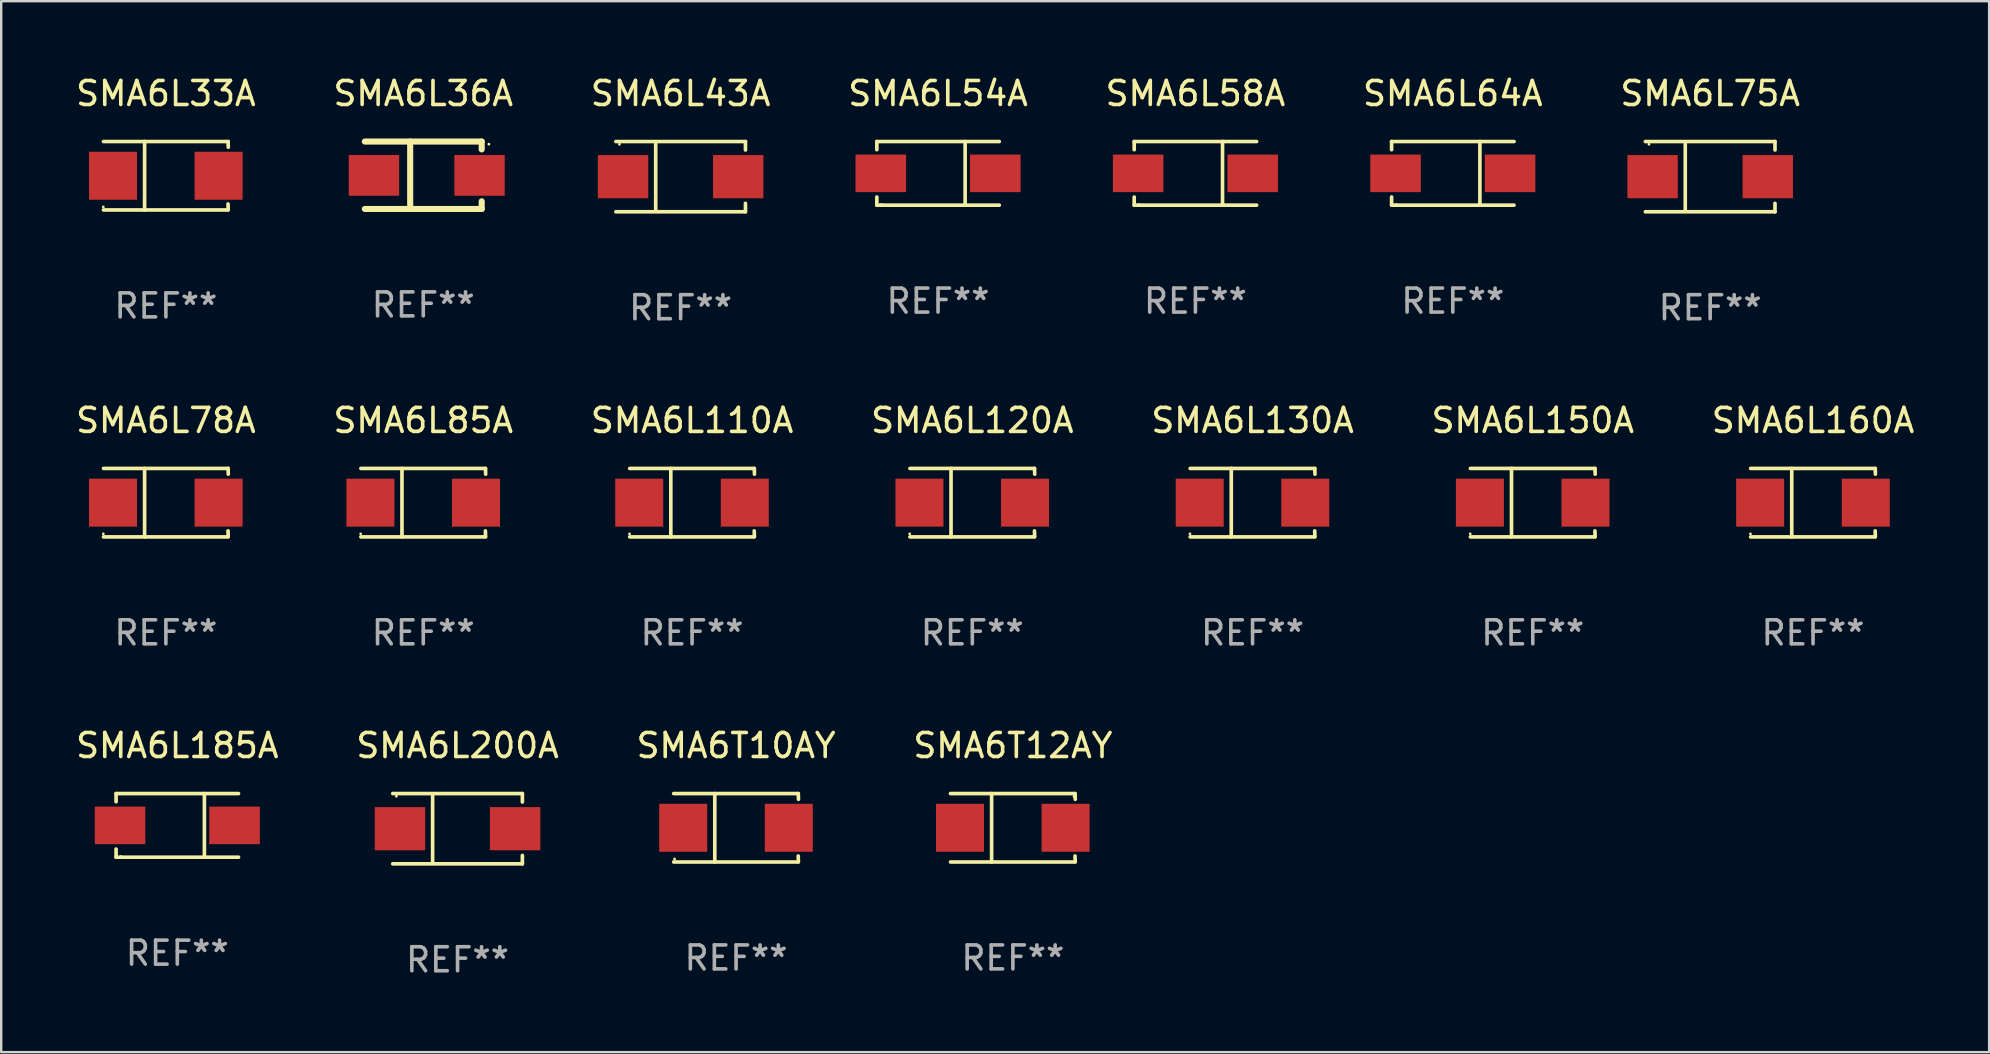
<source format=kicad_pcb>
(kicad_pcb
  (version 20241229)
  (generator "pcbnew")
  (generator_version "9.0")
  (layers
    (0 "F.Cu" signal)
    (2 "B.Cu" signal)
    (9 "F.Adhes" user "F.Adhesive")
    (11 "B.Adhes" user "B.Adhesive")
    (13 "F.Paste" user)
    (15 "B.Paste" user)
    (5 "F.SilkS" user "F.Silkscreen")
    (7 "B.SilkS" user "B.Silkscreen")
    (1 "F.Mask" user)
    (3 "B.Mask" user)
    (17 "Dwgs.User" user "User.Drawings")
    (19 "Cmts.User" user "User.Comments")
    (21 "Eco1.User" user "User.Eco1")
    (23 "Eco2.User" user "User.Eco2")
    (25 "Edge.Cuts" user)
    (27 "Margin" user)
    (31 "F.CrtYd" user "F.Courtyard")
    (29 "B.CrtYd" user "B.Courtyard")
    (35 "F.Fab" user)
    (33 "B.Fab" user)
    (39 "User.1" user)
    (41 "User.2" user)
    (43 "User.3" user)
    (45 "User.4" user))
  (footprint "SMA6L33A"
    (layer "F.Cu")
    (at 3.863 4.274)
    (property "Reference" "SMA6L33A" (at 0 -3.426 0) (layer "F.SilkS") (effects (font (size 1 1) (thickness 0.15))))
    (attr through_hole)
    (fp_line (start -2.6 -1.426) (end 2.593 -1.426) (stroke (width 0.152) (type solid)) (layer "F.SilkS"))
    (fp_line (start -2.6 1.426) (end 2.593 1.426) (stroke (width 0.152) (type solid)) (layer "F.SilkS"))
    (fp_line (start -0.887 -1.426) (end -0.887 1.426) (stroke (width 0.152) (type solid)) (layer "F.SilkS"))
    (fp_line (start 2.59 1.176) (end 2.597 1.415) (stroke (width 0.152) (type solid)) (layer "F.SilkS"))
    (fp_line (start 2.593 -1.426) (end 2.6 -1.187) (stroke (width 0.152) (type solid)) (layer "F.SilkS"))
    (fp_circle (center -2.608 1.3) (end -2.578 1.3) (stroke (width 0.06) (type solid)) (fill no) (layer "F.SilkS"))
    (fp_text user "REF**" (at 0 5.426 0) (layer "F.Fab") (effects (font (size 1 1) (thickness 0.15))))
    (pad "1" smd rect (at -2.203 0 180) (size 2 2) (layers "F.Cu" "F.Mask" "F.Paste"))
    (pad "2" smd rect (at 2.197 0 180) (size 2 2) (layers "F.Cu" "F.Mask" "F.Paste")))
  (footprint "SMA6L130A"
    (layer "F.Cu")
    (at 49.149 17.898)
    (property "Reference" "SMA6L130A" (at 0 -3.426 0) (layer "F.SilkS") (effects (font (size 1 1) (thickness 0.15))))
    (attr through_hole)
    (fp_line (start -2.6 -1.426) (end 2.593 -1.426) (stroke (width 0.152) (type solid)) (layer "F.SilkS"))
    (fp_line (start -2.6 1.426) (end 2.593 1.426) (stroke (width 0.152) (type solid)) (layer "F.SilkS"))
    (fp_line (start -0.887 -1.426) (end -0.887 1.426) (stroke (width 0.152) (type solid)) (layer "F.SilkS"))
    (fp_line (start 2.59 1.176) (end 2.597 1.415) (stroke (width 0.152) (type solid)) (layer "F.SilkS"))
    (fp_line (start 2.593 -1.426) (end 2.6 -1.187) (stroke (width 0.152) (type solid)) (layer "F.SilkS"))
    (fp_circle (center -2.608 1.3) (end -2.578 1.3) (stroke (width 0.06) (type solid)) (fill no) (layer "F.SilkS"))
    (fp_text user "REF**" (at 0 5.426 0) (layer "F.Fab") (effects (font (size 1 1) (thickness 0.15))))
    (pad "1" smd rect (at -2.203 0 180) (size 2 2) (layers "F.Cu" "F.Mask" "F.Paste"))
    (pad "2" smd rect (at 2.197 0 180) (size 2 2) (layers "F.Cu" "F.Mask" "F.Paste")))
  (footprint "SMA6L43A"
    (layer "F.Cu")
    (at 25.315 4.312)
    (property "Reference" "SMA6L43A" (at 0 -3.464 0) (layer "F.SilkS") (effects (font (size 1 1) (thickness 0.15))))
    (attr through_hole)
    (fp_line (start -2.701 -1.464) (end 2.701 -1.464) (stroke (width 0.152) (type solid)) (layer "F.SilkS"))
    (fp_line (start -2.701 1.464) (end 2.701 1.464) (stroke (width 0.152) (type solid)) (layer "F.SilkS"))
    (fp_line (start -1.039 -1.364) (end -1.039 1.364) (stroke (width 0.152) (type solid)) (layer "F.SilkS"))
    (fp_line (start 2.701 -1.464) (end 2.701 -1.113) (stroke (width 0.152) (type solid)) (layer "F.SilkS"))
    (fp_line (start 2.701 1.464) (end 2.701 1.113) (stroke (width 0.152) (type solid)) (layer "F.SilkS"))
    (fp_circle (center -2.55 -1.35) (end -2.52 -1.35) (stroke (width 0.06) (type solid)) (fill no) (layer "F.SilkS"))
    (fp_text user "REF**" (at 0 5.464 0) (layer "F.Fab") (effects (font (size 1 1) (thickness 0.15))))
    (pad "1" smd rect (at -2.4 0) (size 2.1 1.8) (layers "F.Cu" "F.Mask" "F.Paste"))
    (pad "2" smd rect (at 2.4 0) (size 2.1 1.8) (layers "F.Cu" "F.Mask" "F.Paste")))
  (footprint "SMA6L58A"
    (layer "F.Cu")
    (at 46.768 4.174)
    (property "Reference" "SMA6L58A" (at 0 -3.326 0) (layer "F.SilkS") (effects (font (size 1 1) (thickness 0.15))))
    (attr through_hole)
    (fp_line (start -2.551 -1.326) (end -2.551 -0.986) (stroke (width 0.152) (type solid)) (layer "F.SilkS"))
    (fp_line (start -2.551 1.326) (end -2.551 0.986) (stroke (width 0.152) (type solid)) (layer "F.SilkS"))
    (fp_line (start 1.129 1.326) (end 1.129 -1.326) (stroke (width 0.152) (type solid)) (layer "F.SilkS"))
    (fp_line (start 2.551 -1.326) (end -2.551 -1.326) (stroke (width 0.152) (type solid)) (layer "F.SilkS"))
    (fp_line (start 2.551 1.326) (end -2.551 1.326) (stroke (width 0.152) (type solid)) (layer "F.SilkS"))
    (fp_circle (center -2.35 1.3) (end -2.32 1.3) (stroke (width 0.06) (type solid)) (fill no) (layer "F.SilkS"))
    (fp_text user "REF**" (at 0 5.326 0) (layer "F.Fab") (effects (font (size 1 1) (thickness 0.15))))
    (pad "1" smd rect (at -2.386 0) (size 2.107 1.566) (layers "F.Cu" "F.Mask" "F.Paste"))
    (pad "2" smd rect (at 2.386 0) (size 2.107 1.566) (layers "F.Cu" "F.Mask" "F.Paste")))
  (footprint "SMA6L85A"
    (layer "F.Cu")
    (at 14.589 17.898)
    (property "Reference" "SMA6L85A" (at 0 -3.426 0) (layer "F.SilkS") (effects (font (size 1 1) (thickness 0.15))))
    (attr through_hole)
    (fp_line (start -2.6 -1.426) (end 2.593 -1.426) (stroke (width 0.152) (type solid)) (layer "F.SilkS"))
    (fp_line (start -2.6 1.426) (end 2.593 1.426) (stroke (width 0.152) (type solid)) (layer "F.SilkS"))
    (fp_line (start -0.887 -1.426) (end -0.887 1.426) (stroke (width 0.152) (type solid)) (layer "F.SilkS"))
    (fp_line (start 2.59 1.176) (end 2.597 1.415) (stroke (width 0.152) (type solid)) (layer "F.SilkS"))
    (fp_line (start 2.593 -1.426) (end 2.6 -1.187) (stroke (width 0.152) (type solid)) (layer "F.SilkS"))
    (fp_circle (center -2.608 1.3) (end -2.578 1.3) (stroke (width 0.06) (type solid)) (fill no) (layer "F.SilkS"))
    (fp_text user "REF**" (at 0 5.426 0) (layer "F.Fab") (effects (font (size 1 1) (thickness 0.15))))
    (pad "1" smd rect (at -2.203 0 180) (size 2 2) (layers "F.Cu" "F.Mask" "F.Paste"))
    (pad "2" smd rect (at 2.197 0 180) (size 2 2) (layers "F.Cu" "F.Mask" "F.Paste")))
  (footprint "SMA6L200A"
    (layer "F.Cu")
    (at 16.018 31.485)
    (property "Reference" "SMA6L200A" (at 0 -3.464 0) (layer "F.SilkS") (effects (font (size 1 1) (thickness 0.15))))
    (attr through_hole)
    (fp_line (start -2.701 -1.464) (end 2.701 -1.464) (stroke (width 0.152) (type solid)) (layer "F.SilkS"))
    (fp_line (start -2.701 1.464) (end 2.701 1.464) (stroke (width 0.152) (type solid)) (layer "F.SilkS"))
    (fp_line (start -1.039 -1.364) (end -1.039 1.364) (stroke (width 0.152) (type solid)) (layer "F.SilkS"))
    (fp_line (start 2.701 -1.464) (end 2.701 -1.113) (stroke (width 0.152) (type solid)) (layer "F.SilkS"))
    (fp_line (start 2.701 1.464) (end 2.701 1.113) (stroke (width 0.152) (type solid)) (layer "F.SilkS"))
    (fp_circle (center -2.55 -1.35) (end -2.52 -1.35) (stroke (width 0.06) (type solid)) (fill no) (layer "F.SilkS"))
    (fp_text user "REF**" (at 0 5.464 0) (layer "F.Fab") (effects (font (size 1 1) (thickness 0.15))))
    (pad "1" smd rect (at -2.4 0) (size 2.1 1.8) (layers "F.Cu" "F.Mask" "F.Paste"))
    (pad "2" smd rect (at 2.4 0) (size 2.1 1.8) (layers "F.Cu" "F.Mask" "F.Paste")))
  (footprint "SMA6L110A"
    (layer "F.Cu")
    (at 25.792 17.898)
    (property "Reference" "SMA6L110A" (at 0 -3.426 0) (layer "F.SilkS") (effects (font (size 1 1) (thickness 0.15))))
    (attr through_hole)
    (fp_line (start -2.6 -1.426) (end 2.593 -1.426) (stroke (width 0.152) (type solid)) (layer "F.SilkS"))
    (fp_line (start -2.6 1.426) (end 2.593 1.426) (stroke (width 0.152) (type solid)) (layer "F.SilkS"))
    (fp_line (start -0.887 -1.426) (end -0.887 1.426) (stroke (width 0.152) (type solid)) (layer "F.SilkS"))
    (fp_line (start 2.59 1.176) (end 2.597 1.415) (stroke (width 0.152) (type solid)) (layer "F.SilkS"))
    (fp_line (start 2.593 -1.426) (end 2.6 -1.187) (stroke (width 0.152) (type solid)) (layer "F.SilkS"))
    (fp_circle (center -2.608 1.3) (end -2.578 1.3) (stroke (width 0.06) (type solid)) (fill no) (layer "F.SilkS"))
    (fp_text user "REF**" (at 0 5.426 0) (layer "F.Fab") (effects (font (size 1 1) (thickness 0.15))))
    (pad "1" smd rect (at -2.203 0 180) (size 2 2) (layers "F.Cu" "F.Mask" "F.Paste"))
    (pad "2" smd rect (at 2.197 0 180) (size 2 2) (layers "F.Cu" "F.Mask" "F.Paste")))
  (footprint "SMA6T12AY"
    (layer "F.Cu")
    (at 39.161 31.447)
    (property "Reference" "SMA6T12AY" (at 0 -3.426 0) (layer "F.SilkS") (effects (font (size 1 1) (thickness 0.15))))
    (attr through_hole)
    (fp_line (start -2.6 -1.426) (end 2.593 -1.426) (stroke (width 0.152) (type solid)) (layer "F.SilkS"))
    (fp_line (start -2.6 1.426) (end 2.593 1.426) (stroke (width 0.152) (type solid)) (layer "F.SilkS"))
    (fp_line (start -0.887 -1.426) (end -0.887 1.426) (stroke (width 0.152) (type solid)) (layer "F.SilkS"))
    (fp_line (start 2.59 1.176) (end 2.597 1.415) (stroke (width 0.152) (type solid)) (layer "F.SilkS"))
    (fp_line (start 2.593 -1.426) (end 2.6 -1.187) (stroke (width 0.152) (type solid)) (layer "F.SilkS"))
    (fp_circle (center 2.547 -1.3) (end 2.577 -1.3) (stroke (width 0.06) (type solid)) (fill no) (layer "F.SilkS"))
    (fp_text user "REF**" (at 0 5.426 0) (layer "F.Fab") (effects (font (size 1 1) (thickness 0.15))))
    (pad "1" smd rect (at 2.197 -0.000025 180) (size 2 2) (layers "F.Cu" "F.Mask" "F.Paste"))
    (pad "2" smd rect (at -2.203 -0.000025 180) (size 2 2) (layers "F.Cu" "F.Mask" "F.Paste")))
  (footprint "SMA6T10AY"
    (layer "F.Cu")
    (at 27.625 31.447)
    (property "Reference" "SMA6T10AY" (at 0 -3.426 0) (layer "F.SilkS") (effects (font (size 1 1) (thickness 0.15))))
    (attr through_hole)
    (fp_line (start -2.6 -1.426) (end 2.593 -1.426) (stroke (width 0.152) (type solid)) (layer "F.SilkS"))
    (fp_line (start -2.6 1.426) (end 2.593 1.426) (stroke (width 0.152) (type solid)) (layer "F.SilkS"))
    (fp_line (start -0.887 -1.426) (end -0.887 1.426) (stroke (width 0.152) (type solid)) (layer "F.SilkS"))
    (fp_line (start 2.59 1.176) (end 2.597 1.415) (stroke (width 0.152) (type solid)) (layer "F.SilkS"))
    (fp_line (start 2.593 -1.426) (end 2.6 -1.187) (stroke (width 0.152) (type solid)) (layer "F.SilkS"))
    (fp_circle (center -2.563 1.3) (end -2.533 1.3) (stroke (width 0.06) (type solid)) (fill no) (layer "F.SilkS"))
    (fp_text user "REF**" (at 0 5.426 0) (layer "F.Fab") (effects (font (size 1 1) (thickness 0.15))))
    (pad "1" smd rect (at -2.203 -0.000025 180) (size 2 2) (layers "F.Cu" "F.Mask" "F.Paste"))
    (pad "2" smd rect (at 2.197 -0.000025 180) (size 2 2) (layers "F.Cu" "F.Mask" "F.Paste")))
  (footprint "SMA6L54A"
    (layer "F.Cu")
    (at 36.042 4.174)
    (property "Reference" "SMA6L54A" (at 0 -3.326 0) (layer "F.SilkS") (effects (font (size 1 1) (thickness 0.15))))
    (attr through_hole)
    (fp_line (start -2.551 -1.326) (end -2.551 -0.986) (stroke (width 0.152) (type solid)) (layer "F.SilkS"))
    (fp_line (start -2.551 1.326) (end -2.551 0.986) (stroke (width 0.152) (type solid)) (layer "F.SilkS"))
    (fp_line (start 1.129 1.326) (end 1.129 -1.326) (stroke (width 0.152) (type solid)) (layer "F.SilkS"))
    (fp_line (start 2.551 -1.326) (end -2.551 -1.326) (stroke (width 0.152) (type solid)) (layer "F.SilkS"))
    (fp_line (start 2.551 1.326) (end -2.551 1.326) (stroke (width 0.152) (type solid)) (layer "F.SilkS"))
    (fp_circle (center -2.35 1.3) (end -2.32 1.3) (stroke (width 0.06) (type solid)) (fill no) (layer "F.SilkS"))
    (fp_text user "REF**" (at 0 5.326 0) (layer "F.Fab") (effects (font (size 1 1) (thickness 0.15))))
    (pad "1" smd rect (at -2.386 0) (size 2.107 1.566) (layers "F.Cu" "F.Mask" "F.Paste"))
    (pad "2" smd rect (at 2.386 0) (size 2.107 1.566) (layers "F.Cu" "F.Mask" "F.Paste")))
  (footprint "SMA6L160A"
    (layer "F.Cu")
    (at 72.506 17.898)
    (property "Reference" "SMA6L160A" (at 0 -3.426 0) (layer "F.SilkS") (effects (font (size 1 1) (thickness 0.15))))
    (attr through_hole)
    (fp_line (start -2.6 -1.426) (end 2.593 -1.426) (stroke (width 0.152) (type solid)) (layer "F.SilkS"))
    (fp_line (start -2.6 1.426) (end 2.593 1.426) (stroke (width 0.152) (type solid)) (layer "F.SilkS"))
    (fp_line (start -0.887 -1.426) (end -0.887 1.426) (stroke (width 0.152) (type solid)) (layer "F.SilkS"))
    (fp_line (start 2.59 1.176) (end 2.597 1.415) (stroke (width 0.152) (type solid)) (layer "F.SilkS"))
    (fp_line (start 2.593 -1.426) (end 2.6 -1.187) (stroke (width 0.152) (type solid)) (layer "F.SilkS"))
    (fp_circle (center -2.608 1.3) (end -2.578 1.3) (stroke (width 0.06) (type solid)) (fill no) (layer "F.SilkS"))
    (fp_text user "REF**" (at 0 5.426 0) (layer "F.Fab") (effects (font (size 1 1) (thickness 0.15))))
    (pad "1" smd rect (at -2.203 0 180) (size 2 2) (layers "F.Cu" "F.Mask" "F.Paste"))
    (pad "2" smd rect (at 2.197 0 180) (size 2 2) (layers "F.Cu" "F.Mask" "F.Paste")))
  (footprint "SMA6L120A"
    (layer "F.Cu")
    (at 37.47 17.898)
    (property "Reference" "SMA6L120A" (at 0 -3.426 0) (layer "F.SilkS") (effects (font (size 1 1) (thickness 0.15))))
    (attr through_hole)
    (fp_line (start -2.6 -1.426) (end 2.593 -1.426) (stroke (width 0.152) (type solid)) (layer "F.SilkS"))
    (fp_line (start -2.6 1.426) (end 2.593 1.426) (stroke (width 0.152) (type solid)) (layer "F.SilkS"))
    (fp_line (start -0.887 -1.426) (end -0.887 1.426) (stroke (width 0.152) (type solid)) (layer "F.SilkS"))
    (fp_line (start 2.59 1.176) (end 2.597 1.415) (stroke (width 0.152) (type solid)) (layer "F.SilkS"))
    (fp_line (start 2.593 -1.426) (end 2.6 -1.187) (stroke (width 0.152) (type solid)) (layer "F.SilkS"))
    (fp_circle (center -2.608 1.3) (end -2.578 1.3) (stroke (width 0.06) (type solid)) (fill no) (layer "F.SilkS"))
    (fp_text user "REF**" (at 0 5.426 0) (layer "F.Fab") (effects (font (size 1 1) (thickness 0.15))))
    (pad "1" smd rect (at -2.203 0 180) (size 2 2) (layers "F.Cu" "F.Mask" "F.Paste"))
    (pad "2" smd rect (at 2.197 0 180) (size 2 2) (layers "F.Cu" "F.Mask" "F.Paste")))
  (footprint "SMA6L185A"
    (layer "F.Cu")
    (at 4.339 31.347)
    (property "Reference" "SMA6L185A" (at 0 -3.326 0) (layer "F.SilkS") (effects (font (size 1 1) (thickness 0.15))))
    (attr through_hole)
    (fp_line (start -2.551 -1.326) (end -2.551 -0.986) (stroke (width 0.152) (type solid)) (layer "F.SilkS"))
    (fp_line (start -2.551 1.326) (end -2.551 0.986) (stroke (width 0.152) (type solid)) (layer "F.SilkS"))
    (fp_line (start 1.129 1.326) (end 1.129 -1.326) (stroke (width 0.152) (type solid)) (layer "F.SilkS"))
    (fp_line (start 2.551 -1.326) (end -2.551 -1.326) (stroke (width 0.152) (type solid)) (layer "F.SilkS"))
    (fp_line (start 2.551 1.326) (end -2.551 1.326) (stroke (width 0.152) (type solid)) (layer "F.SilkS"))
    (fp_circle (center -2.35 1.3) (end -2.32 1.3) (stroke (width 0.06) (type solid)) (fill no) (layer "F.SilkS"))
    (fp_text user "REF**" (at 0 5.326 0) (layer "F.Fab") (effects (font (size 1 1) (thickness 0.15))))
    (pad "1" smd rect (at -2.386 0) (size 2.107 1.566) (layers "F.Cu" "F.Mask" "F.Paste"))
    (pad "2" smd rect (at 2.386 0) (size 2.107 1.566) (layers "F.Cu" "F.Mask" "F.Paste")))
  (footprint "SMA6L36A"
    (layer "F.Cu")
    (at 14.589 4.253)
    (property "Reference" "SMA6L36A" (at 0 -3.405 0) (layer "F.SilkS") (effects (font (size 1 1) (thickness 0.15))))
    (attr through_hole)
    (fp_line (start -2.435 -1.405) (end 2.435 -1.405) (stroke (width 0.254) (type solid)) (layer "F.SilkS"))
    (fp_line (start -2.435 1.405) (end 2.435 1.405) (stroke (width 0.254) (type solid)) (layer "F.SilkS"))
    (fp_line (start -0.545 -1.405) (end -0.545 1.405) (stroke (width 0.254) (type solid)) (layer "F.SilkS"))
    (fp_line (start 2.435 -1.405) (end 2.435 -1.076) (stroke (width 0.254) (type solid)) (layer "F.SilkS"))
    (fp_line (start 2.435 1.086) (end 2.435 1.405) (stroke (width 0.254) (type solid)) (layer "F.SilkS"))
    (fp_circle (center 2.735 -1.295) (end 2.765 -1.295) (stroke (width 0.06) (type solid)) (fill no) (layer "F.SilkS"))
    (fp_text user "REF**" (at 0 5.405 0) (layer "F.Fab") (effects (font (size 1 1) (thickness 0.15))))
    (pad "1" smd rect (at 2.345 0.005) (size 2.1 1.7) (layers "F.Cu" "F.Mask" "F.Paste"))
    (pad "2" smd rect (at -2.055 0.005) (size 2.1 1.7) (layers "F.Cu" "F.Mask" "F.Paste")))
  (footprint "SMA6L64A"
    (layer "F.Cu")
    (at 57.494 4.174)
    (property "Reference" "SMA6L64A" (at 0 -3.326 0) (layer "F.SilkS") (effects (font (size 1 1) (thickness 0.15))))
    (attr through_hole)
    (fp_line (start -2.551 -1.326) (end -2.551 -0.986) (stroke (width 0.152) (type solid)) (layer "F.SilkS"))
    (fp_line (start -2.551 1.326) (end -2.551 0.986) (stroke (width 0.152) (type solid)) (layer "F.SilkS"))
    (fp_line (start 1.129 1.326) (end 1.129 -1.326) (stroke (width 0.152) (type solid)) (layer "F.SilkS"))
    (fp_line (start 2.551 -1.326) (end -2.551 -1.326) (stroke (width 0.152) (type solid)) (layer "F.SilkS"))
    (fp_line (start 2.551 1.326) (end -2.551 1.326) (stroke (width 0.152) (type solid)) (layer "F.SilkS"))
    (fp_circle (center -2.35 1.3) (end -2.32 1.3) (stroke (width 0.06) (type solid)) (fill no) (layer "F.SilkS"))
    (fp_text user "REF**" (at 0 5.326 0) (layer "F.Fab") (effects (font (size 1 1) (thickness 0.15))))
    (pad "1" smd rect (at -2.386 0) (size 2.107 1.566) (layers "F.Cu" "F.Mask" "F.Paste"))
    (pad "2" smd rect (at 2.386 0) (size 2.107 1.566) (layers "F.Cu" "F.Mask" "F.Paste")))
  (footprint "SMA6L75A"
    (layer "F.Cu")
    (at 68.22 4.312)
    (property "Reference" "SMA6L75A" (at 0 -3.464 0) (layer "F.SilkS") (effects (font (size 1 1) (thickness 0.15))))
    (attr through_hole)
    (fp_line (start -2.701 -1.464) (end 2.701 -1.464) (stroke (width 0.152) (type solid)) (layer "F.SilkS"))
    (fp_line (start -2.701 1.464) (end 2.701 1.464) (stroke (width 0.152) (type solid)) (layer "F.SilkS"))
    (fp_line (start -1.039 -1.364) (end -1.039 1.364) (stroke (width 0.152) (type solid)) (layer "F.SilkS"))
    (fp_line (start 2.701 -1.464) (end 2.701 -1.113) (stroke (width 0.152) (type solid)) (layer "F.SilkS"))
    (fp_line (start 2.701 1.464) (end 2.701 1.113) (stroke (width 0.152) (type solid)) (layer "F.SilkS"))
    (fp_circle (center -2.55 -1.35) (end -2.52 -1.35) (stroke (width 0.06) (type solid)) (fill no) (layer "F.SilkS"))
    (fp_text user "REF**" (at 0 5.464 0) (layer "F.Fab") (effects (font (size 1 1) (thickness 0.15))))
    (pad "1" smd rect (at -2.4 0) (size 2.1 1.8) (layers "F.Cu" "F.Mask" "F.Paste"))
    (pad "2" smd rect (at 2.4 0) (size 2.1 1.8) (layers "F.Cu" "F.Mask" "F.Paste")))
  (footprint "SMA6L78A"
    (layer "F.Cu")
    (at 3.863 17.898)
    (property "Reference" "SMA6L78A" (at 0 -3.426 0) (layer "F.SilkS") (effects (font (size 1 1) (thickness 0.15))))
    (attr through_hole)
    (fp_line (start -2.6 -1.426) (end 2.593 -1.426) (stroke (width 0.152) (type solid)) (layer "F.SilkS"))
    (fp_line (start -2.6 1.426) (end 2.593 1.426) (stroke (width 0.152) (type solid)) (layer "F.SilkS"))
    (fp_line (start -0.887 -1.426) (end -0.887 1.426) (stroke (width 0.152) (type solid)) (layer "F.SilkS"))
    (fp_line (start 2.59 1.176) (end 2.597 1.415) (stroke (width 0.152) (type solid)) (layer "F.SilkS"))
    (fp_line (start 2.593 -1.426) (end 2.6 -1.187) (stroke (width 0.152) (type solid)) (layer "F.SilkS"))
    (fp_circle (center -2.608 1.3) (end -2.578 1.3) (stroke (width 0.06) (type solid)) (fill no) (layer "F.SilkS"))
    (fp_text user "REF**" (at 0 5.426 0) (layer "F.Fab") (effects (font (size 1 1) (thickness 0.15))))
    (pad "1" smd rect (at -2.203 0 180) (size 2 2) (layers "F.Cu" "F.Mask" "F.Paste"))
    (pad "2" smd rect (at 2.197 0 180) (size 2 2) (layers "F.Cu" "F.Mask" "F.Paste")))
  (footprint "SMA6L150A"
    (layer "F.Cu")
    (at 60.827 17.898)
    (property "Reference" "SMA6L150A" (at 0 -3.426 0) (layer "F.SilkS") (effects (font (size 1 1) (thickness 0.15))))
    (attr through_hole)
    (fp_line (start -2.6 -1.426) (end 2.593 -1.426) (stroke (width 0.152) (type solid)) (layer "F.SilkS"))
    (fp_line (start -2.6 1.426) (end 2.593 1.426) (stroke (width 0.152) (type solid)) (layer "F.SilkS"))
    (fp_line (start -0.887 -1.426) (end -0.887 1.426) (stroke (width 0.152) (type solid)) (layer "F.SilkS"))
    (fp_line (start 2.59 1.176) (end 2.597 1.415) (stroke (width 0.152) (type solid)) (layer "F.SilkS"))
    (fp_line (start 2.593 -1.426) (end 2.6 -1.187) (stroke (width 0.152) (type solid)) (layer "F.SilkS"))
    (fp_circle (center -2.608 1.3) (end -2.578 1.3) (stroke (width 0.06) (type solid)) (fill no) (layer "F.SilkS"))
    (fp_text user "REF**" (at 0 5.426 0) (layer "F.Fab") (effects (font (size 1 1) (thickness 0.15))))
    (pad "1" smd rect (at -2.203 0 180) (size 2 2) (layers "F.Cu" "F.Mask" "F.Paste"))
    (pad "2" smd rect (at 2.197 0 180) (size 2 2) (layers "F.Cu" "F.Mask" "F.Paste")))
  (gr_rect
    (start -3 -3)
    (end 79.845 40.797)
    (stroke (width 0.1) (type default))
    (fill no)
    (layer "Edge.Cuts")))
</source>
